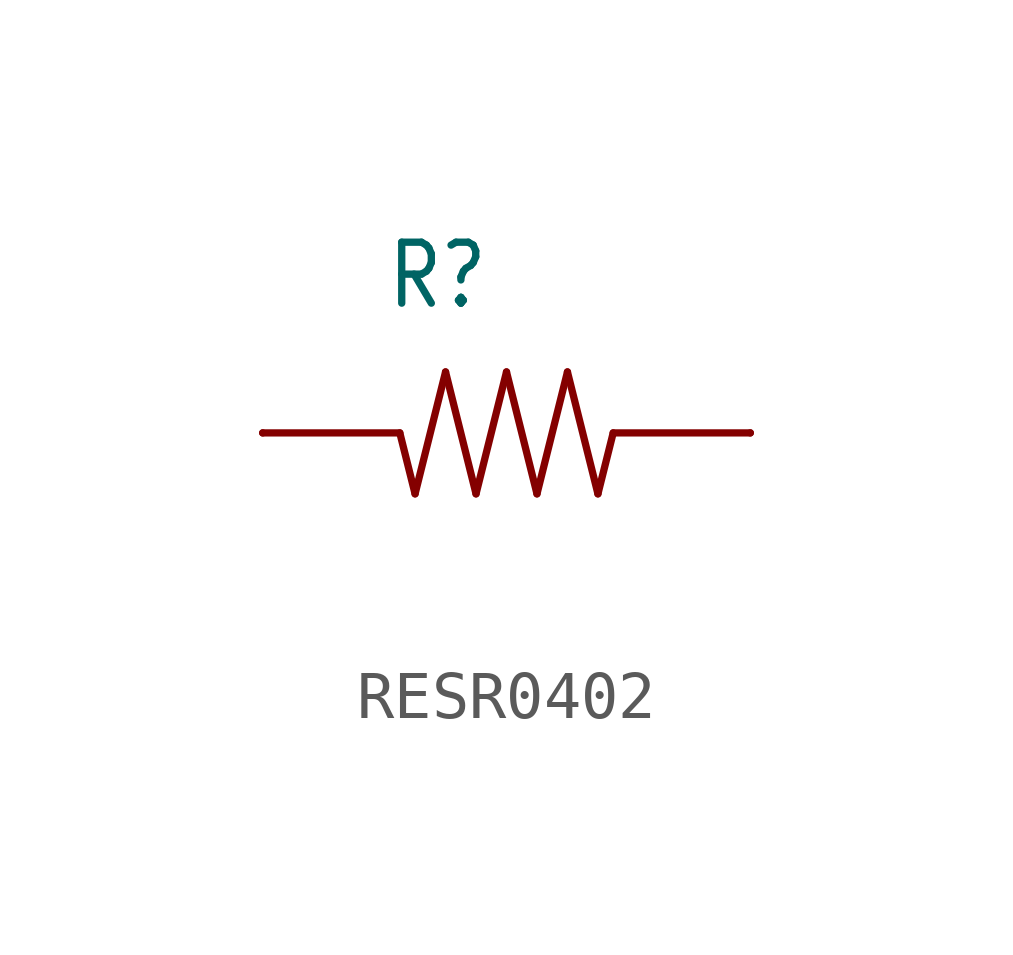
<source format=kicad_sym>
(kicad_symbol_lib
  (version 20231120)
  (generator "kicad_symbol_editor")
  (generator_version "8.0")
  (symbol "RESR0402"
    (property "Reference" "R"
      (at -2.54 2.54 0)
      (effects (font (size 1.27 1.079)) (justify left bottom)))
    (property "Value" ""
      (at -2.54 -3.81 0)
      (effects (font (size 1.27 1.079)) (justify left bottom)))
    (property "ki_locked" ""
      (at 0 0 0)
      (effects (font (size 1.27 1.27))))
    (symbol "RESR0402_1_0"
      (polyline (pts (xy -2.223 0) (xy -5.08 0)) (stroke (width 0.152) (type solid)) (fill (type none)))
      (polyline (pts (xy -1.905 -1.27) (xy -2.223 0)) (stroke (width 0.152) (type solid)) (fill (type none)))
      (polyline (pts (xy -1.905 -1.27) (xy -1.27 1.27)) (stroke (width 0.152) (type solid)) (fill (type none)))
      (polyline (pts (xy -0.635 -1.27) (xy -1.27 1.27)) (stroke (width 0.152) (type solid)) (fill (type none)))
      (polyline (pts (xy -0.635 -1.27) (xy 0 1.27)) (stroke (width 0.152) (type solid)) (fill (type none)))
      (polyline (pts (xy 0 1.27) (xy 0.635 -1.27)) (stroke (width 0.152) (type solid)) (fill (type none)))
      (polyline (pts (xy 0.635 -1.27) (xy 1.27 1.27)) (stroke (width 0.152) (type solid)) (fill (type none)))
      (polyline (pts (xy 1.27 1.27) (xy 1.905 -1.27)) (stroke (width 0.152) (type solid)) (fill (type none)))
      (polyline (pts (xy 1.905 -1.27) (xy 2.223 0)) (stroke (width 0.152) (type solid)) (fill (type none)))
      (polyline (pts (xy 2.223 0) (xy 5.08 0)) (stroke (width 0.152) (type solid)) (fill (type none)))
      (pin passive line (at -5.08 0 0) (length 0) (name "P$1" (effects (font (size 0 0)))) (number "P$1" (effects (font (size 0 0)))))
      (pin passive line (at 5.08 0 180) (length 0) (name "P$2" (effects (font (size 0 0)))) (number "P$2" (effects (font (size 0 0))))))))
</source>
